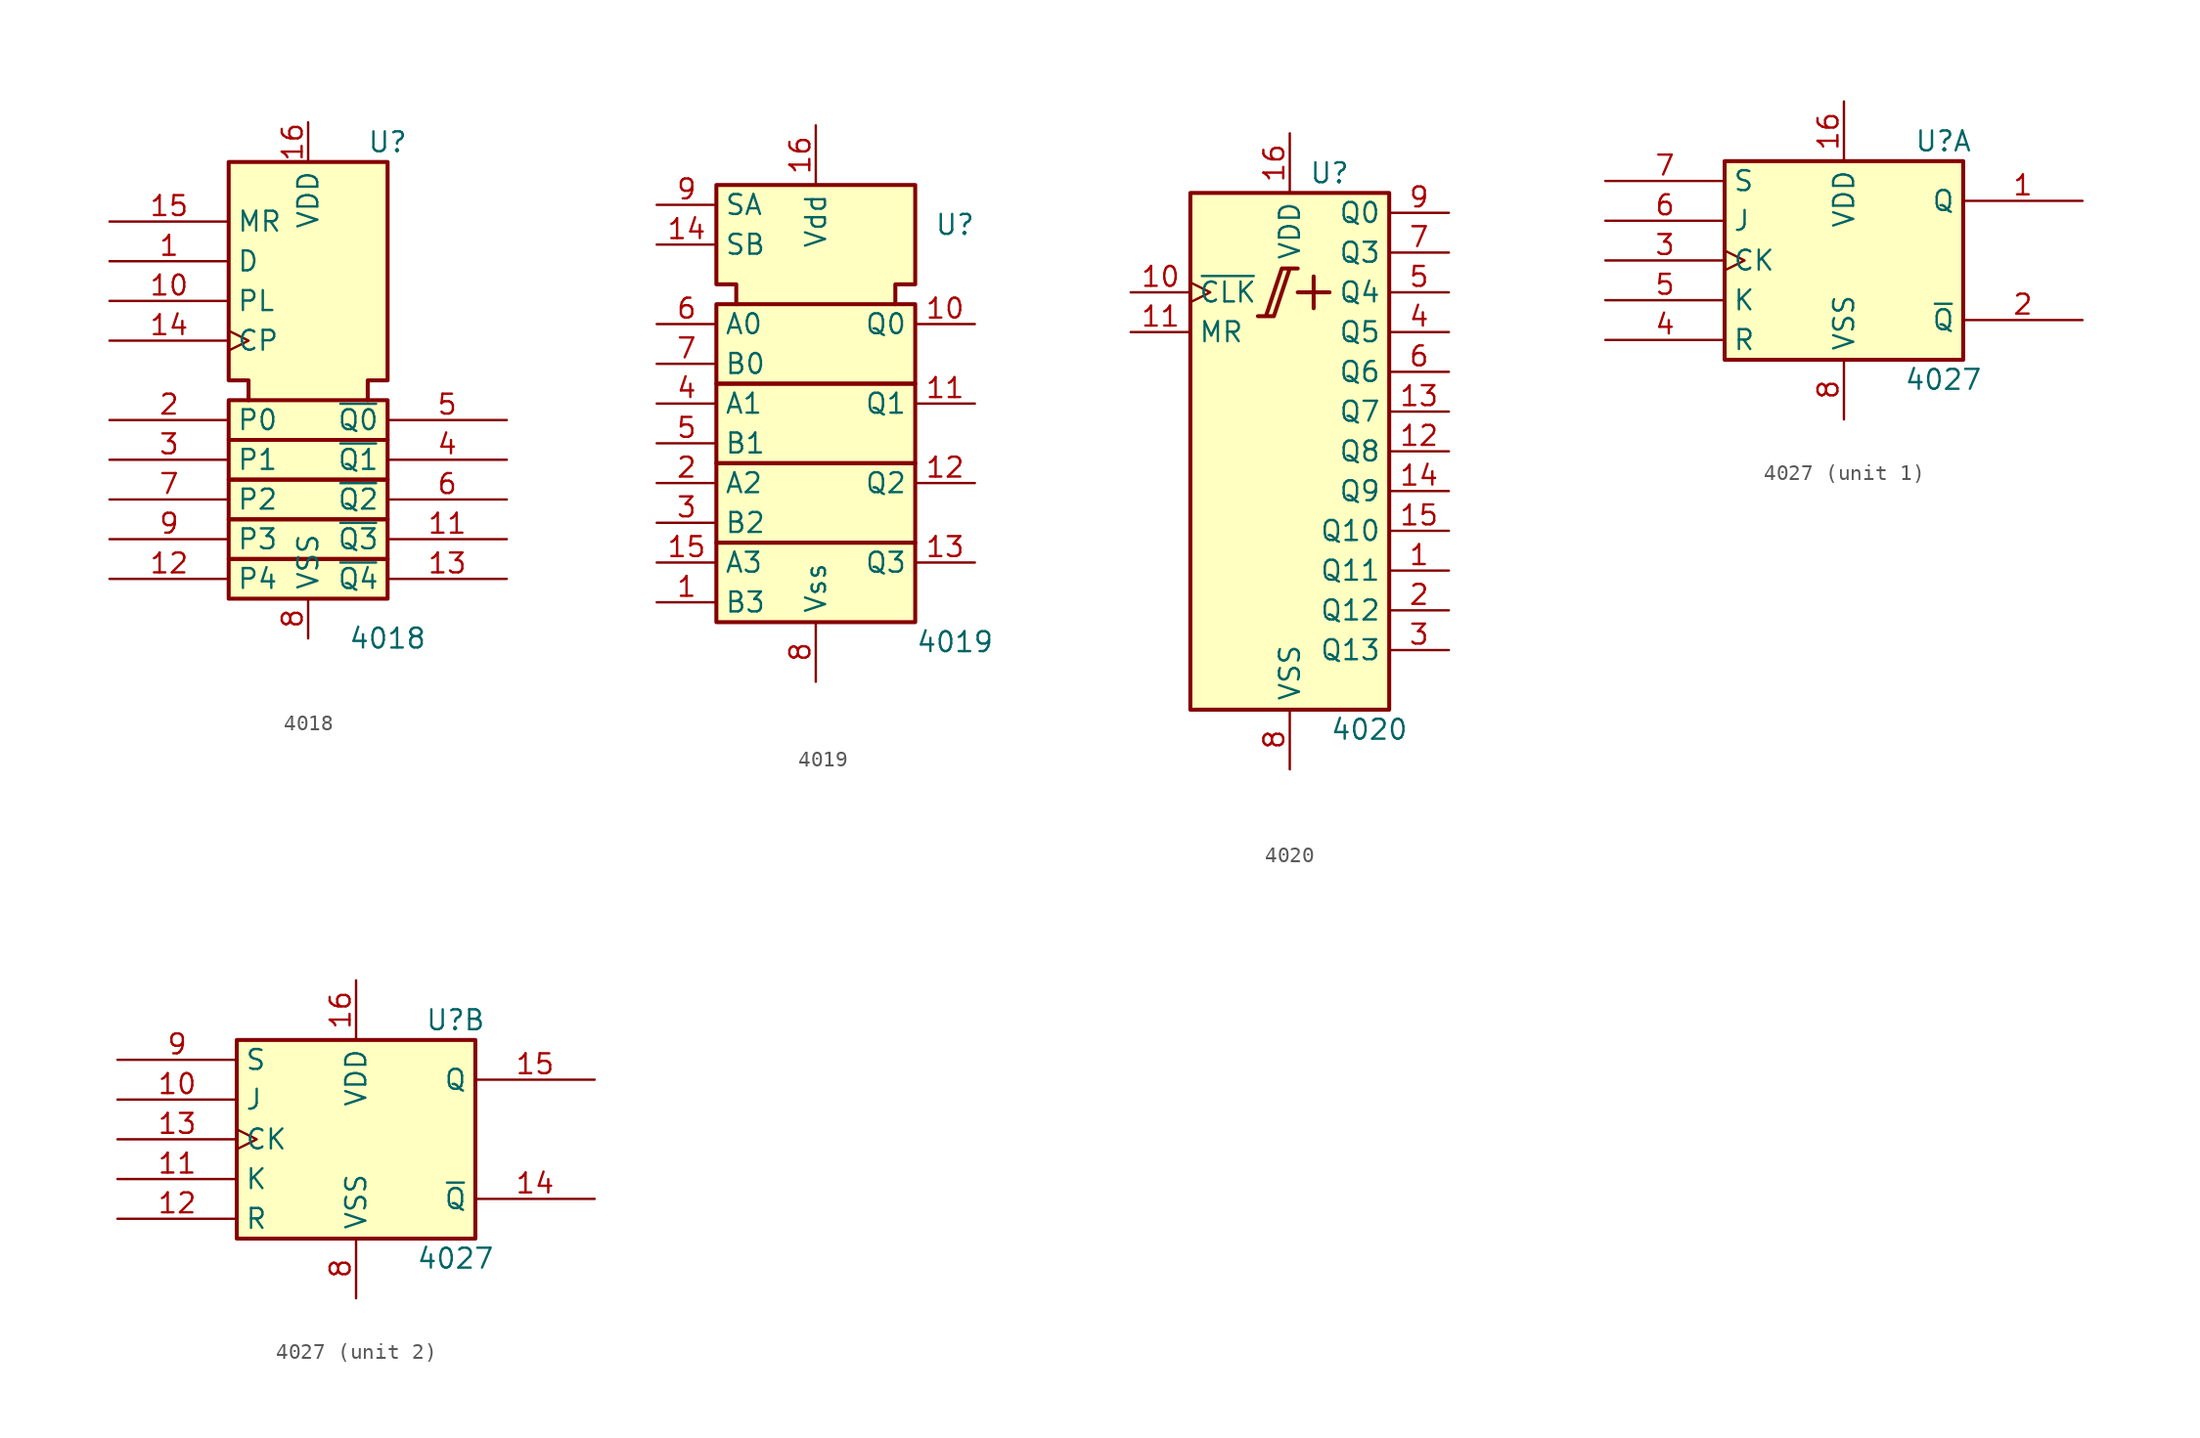
<source format=kicad_sym>
(kicad_symbol_lib
  (version 20220914)
  (generator kicad_symbol_editor)
  (symbol "4018"
    (property "Reference" "U"
      (at 5.08 15.24 0)
      (effects (font (size 1.27 1.27))))
    (property "Value" "4018"
      (at 5.08 -16.51 0)
      (effects (font (size 1.27 1.27))))
    (symbol "4018_0_1"
      (rectangle (start -5.08 -11.43) (end 5.08 -13.97) (stroke (width 0.254) (type default)) (fill (type background)))
      (rectangle (start -5.08 -8.89) (end 5.08 -11.43) (stroke (width 0.254) (type default)) (fill (type background)))
      (rectangle (start -5.08 -6.35) (end 5.08 -8.89) (stroke (width 0.254) (type default)) (fill (type background)))
      (rectangle (start -5.08 -3.81) (end 5.08 -6.35) (stroke (width 0.254) (type default)) (fill (type background)))
      (rectangle (start -5.08 -1.27) (end 5.08 -3.81) (stroke (width 0.254) (type default)) (fill (type background)))
      (polyline (pts (xy -3.81 -1.27) (xy -3.81 0) (xy -5.08 0) (xy -5.08 13.97) (xy 5.08 13.97) (xy 5.08 0) (xy 3.81 0) (xy 3.81 -1.27) (xy 3.81 -1.27)) (stroke (width 0.254) (type default)) (fill (type background))))
    (symbol "4018_1_1"
      (pin input line (at -12.7 7.62 0) (length 7.62) (name "D" (effects (font (size 1.27 1.27)))) (number "1" (effects (font (size 1.27 1.27)))))
      (pin input line (at -12.7 5.08 0) (length 7.62) (name "PL" (effects (font (size 1.27 1.27)))) (number "10" (effects (font (size 1.27 1.27)))))
      (pin output line (at 12.7 -10.16 180) (length 7.62) (name "~{Q3}" (effects (font (size 1.27 1.27)))) (number "11" (effects (font (size 1.27 1.27)))))
      (pin input line (at -12.7 -12.7 0) (length 7.62) (name "P4" (effects (font (size 1.27 1.27)))) (number "12" (effects (font (size 1.27 1.27)))))
      (pin output line (at 12.7 -12.7 180) (length 7.62) (name "~{Q4}" (effects (font (size 1.27 1.27)))) (number "13" (effects (font (size 1.27 1.27)))))
      (pin input clock (at -12.7 2.54 0) (length 7.62) (name "CP" (effects (font (size 1.27 1.27)))) (number "14" (effects (font (size 1.27 1.27)))))
      (pin input line (at -12.7 10.16 0) (length 7.62) (name "MR" (effects (font (size 1.27 1.27)))) (number "15" (effects (font (size 1.27 1.27)))))
      (pin power_in line (at 0 16.51 270) (length 2.54) (name "VDD" (effects (font (size 1.27 1.27)))) (number "16" (effects (font (size 1.27 1.27)))))
      (pin input line (at -12.7 -2.54 0) (length 7.62) (name "P0" (effects (font (size 1.27 1.27)))) (number "2" (effects (font (size 1.27 1.27)))))
      (pin input line (at -12.7 -5.08 0) (length 7.62) (name "P1" (effects (font (size 1.27 1.27)))) (number "3" (effects (font (size 1.27 1.27)))))
      (pin output line (at 12.7 -5.08 180) (length 7.62) (name "~{Q1}" (effects (font (size 1.27 1.27)))) (number "4" (effects (font (size 1.27 1.27)))))
      (pin output line (at 12.7 -2.54 180) (length 7.62) (name "~{Q0}" (effects (font (size 1.27 1.27)))) (number "5" (effects (font (size 1.27 1.27)))))
      (pin output line (at 12.7 -7.62 180) (length 7.62) (name "~{Q2}" (effects (font (size 1.27 1.27)))) (number "6" (effects (font (size 1.27 1.27)))))
      (pin input line (at -12.7 -7.62 0) (length 7.62) (name "P2" (effects (font (size 1.27 1.27)))) (number "7" (effects (font (size 1.27 1.27)))))
      (pin power_in line (at 0 -16.51 90) (length 2.54) (name "VSS" (effects (font (size 1.27 1.27)))) (number "8" (effects (font (size 1.27 1.27)))))
      (pin input line (at -12.7 -10.16 0) (length 7.62) (name "P3" (effects (font (size 1.27 1.27)))) (number "9" (effects (font (size 1.27 1.27)))))))
  (symbol "4019"
    (property "Reference" "U"
      (at 8.89 11.43 0)
      (effects (font (size 1.27 1.27))))
    (property "Value" "4019"
      (at 8.89 -15.24 0)
      (effects (font (size 1.27 1.27))))
    (symbol "4019_0_1"
      (rectangle (start -6.35 -8.89) (end 6.35 -13.97) (stroke (width 0.254) (type default)) (fill (type background)))
      (rectangle (start -6.35 -3.81) (end 6.35 -8.89) (stroke (width 0.254) (type default)) (fill (type background)))
      (rectangle (start -6.35 1.27) (end 6.35 -3.81) (stroke (width 0.254) (type default)) (fill (type background)))
      (rectangle (start -6.35 1.27) (end 6.35 6.35) (stroke (width 0.254) (type default)) (fill (type background)))
      (polyline (pts (xy -5.08 6.35) (xy -5.08 7.62) (xy -6.35 7.62) (xy -6.35 13.97) (xy 6.35 13.97) (xy 6.35 7.62) (xy 5.08 7.62) (xy 5.08 6.35) (xy 5.08 6.35)) (stroke (width 0.254) (type default)) (fill (type background)))
      (pin power_in line (at 0 17.78 270) (length 3.81) (name "Vdd" (effects (font (size 1.27 1.27)))) (number "16" (effects (font (size 1.27 1.27)))))
      (pin power_in line (at 0 -17.78 90) (length 3.81) (name "Vss" (effects (font (size 1.27 1.27)))) (number "8" (effects (font (size 1.27 1.27))))))
    (symbol "4019_1_1"
      (pin input line (at -10.16 -12.7 0) (length 3.81) (name "B3" (effects (font (size 1.27 1.27)))) (number "1" (effects (font (size 1.27 1.27)))))
      (pin output line (at 10.16 5.08 180) (length 3.81) (name "Q0" (effects (font (size 1.27 1.27)))) (number "10" (effects (font (size 1.27 1.27)))))
      (pin output line (at 10.16 0 180) (length 3.81) (name "Q1" (effects (font (size 1.27 1.27)))) (number "11" (effects (font (size 1.27 1.27)))))
      (pin output line (at 10.16 -5.08 180) (length 3.81) (name "Q2" (effects (font (size 1.27 1.27)))) (number "12" (effects (font (size 1.27 1.27)))))
      (pin output line (at 10.16 -10.16 180) (length 3.81) (name "Q3" (effects (font (size 1.27 1.27)))) (number "13" (effects (font (size 1.27 1.27)))))
      (pin input line (at -10.16 10.16 0) (length 3.81) (name "SB" (effects (font (size 1.27 1.27)))) (number "14" (effects (font (size 1.27 1.27)))))
      (pin input line (at -10.16 -10.16 0) (length 3.81) (name "A3" (effects (font (size 1.27 1.27)))) (number "15" (effects (font (size 1.27 1.27)))))
      (pin input line (at -10.16 -5.08 0) (length 3.81) (name "A2" (effects (font (size 1.27 1.27)))) (number "2" (effects (font (size 1.27 1.27)))))
      (pin input line (at -10.16 -7.62 0) (length 3.81) (name "B2" (effects (font (size 1.27 1.27)))) (number "3" (effects (font (size 1.27 1.27)))))
      (pin input line (at -10.16 0 0) (length 3.81) (name "A1" (effects (font (size 1.27 1.27)))) (number "4" (effects (font (size 1.27 1.27)))))
      (pin input line (at -10.16 -2.54 0) (length 3.81) (name "B1" (effects (font (size 1.27 1.27)))) (number "5" (effects (font (size 1.27 1.27)))))
      (pin input line (at -10.16 5.08 0) (length 3.81) (name "A0" (effects (font (size 1.27 1.27)))) (number "6" (effects (font (size 1.27 1.27)))))
      (pin input line (at -10.16 2.54 0) (length 3.81) (name "B0" (effects (font (size 1.27 1.27)))) (number "7" (effects (font (size 1.27 1.27)))))
      (pin input line (at -10.16 12.7 0) (length 3.81) (name "SA" (effects (font (size 1.27 1.27)))) (number "9" (effects (font (size 1.27 1.27)))))))
  (symbol "4020"
    (property "Reference" "U"
      (at 2.54 17.78 0)
      (effects (font (size 1.27 1.27))))
    (property "Value" "4020"
      (at 5.08 -17.78 0)
      (effects (font (size 1.27 1.27))))
    (symbol "4020_0_0"
      (rectangle (start -6.35 16.51) (end 6.35 -16.51) (stroke (width 0.254) (type default)) (fill (type background)))
      (polyline (pts (xy 0.508 10.16) (xy 2.54 10.16) (xy 2.54 10.16)) (stroke (width 0.254) (type default)) (fill (type background)))
      (polyline (pts (xy 1.524 11.176) (xy 1.524 9.144) (xy 1.524 9.144)) (stroke (width 0.254) (type default)) (fill (type background)))
      (polyline (pts (xy -2.032 8.636) (xy -1.016 8.636) (xy 0 11.684) (xy 0.508 11.684) (xy -0.508 11.684) (xy -1.524 8.636) (xy -1.524 8.636)) (stroke (width 0.254) (type default)) (fill (type background)))
      (pin power_in line (at 0 20.32 270) (length 3.81) (name "VDD" (effects (font (size 1.27 1.27)))) (number "16" (effects (font (size 1.27 1.27)))))
      (pin power_in line (at 0 -20.32 90) (length 3.81) (name "VSS" (effects (font (size 1.27 1.27)))) (number "8" (effects (font (size 1.27 1.27))))))
    (symbol "4020_1_1"
      (pin output line (at 10.16 -7.62 180) (length 3.81) (name "Q11" (effects (font (size 1.27 1.27)))) (number "1" (effects (font (size 1.27 1.27)))))
      (pin input clock (at -10.16 10.16 0) (length 3.81) (name "~{CLK}" (effects (font (size 1.27 1.27)))) (number "10" (effects (font (size 1.27 1.27)))))
      (pin input line (at -10.16 7.62 0) (length 3.81) (name "MR" (effects (font (size 1.27 1.27)))) (number "11" (effects (font (size 1.27 1.27)))))
      (pin output line (at 10.16 0 180) (length 3.81) (name "Q8" (effects (font (size 1.27 1.27)))) (number "12" (effects (font (size 1.27 1.27)))))
      (pin output line (at 10.16 2.54 180) (length 3.81) (name "Q7" (effects (font (size 1.27 1.27)))) (number "13" (effects (font (size 1.27 1.27)))))
      (pin output line (at 10.16 -2.54 180) (length 3.81) (name "Q9" (effects (font (size 1.27 1.27)))) (number "14" (effects (font (size 1.27 1.27)))))
      (pin output line (at 10.16 -5.08 180) (length 3.81) (name "Q10" (effects (font (size 1.27 1.27)))) (number "15" (effects (font (size 1.27 1.27)))))
      (pin output line (at 10.16 -10.16 180) (length 3.81) (name "Q12" (effects (font (size 1.27 1.27)))) (number "2" (effects (font (size 1.27 1.27)))))
      (pin output line (at 10.16 -12.7 180) (length 3.81) (name "Q13" (effects (font (size 1.27 1.27)))) (number "3" (effects (font (size 1.27 1.27)))))
      (pin output line (at 10.16 7.62 180) (length 3.81) (name "Q5" (effects (font (size 1.27 1.27)))) (number "4" (effects (font (size 1.27 1.27)))))
      (pin output line (at 10.16 10.16 180) (length 3.81) (name "Q4" (effects (font (size 1.27 1.27)))) (number "5" (effects (font (size 1.27 1.27)))))
      (pin output line (at 10.16 5.08 180) (length 3.81) (name "Q6" (effects (font (size 1.27 1.27)))) (number "6" (effects (font (size 1.27 1.27)))))
      (pin output line (at 10.16 12.7 180) (length 3.81) (name "Q3" (effects (font (size 1.27 1.27)))) (number "7" (effects (font (size 1.27 1.27)))))
      (pin output line (at 10.16 15.24 180) (length 3.81) (name "Q0" (effects (font (size 1.27 1.27)))) (number "9" (effects (font (size 1.27 1.27)))))))
  (symbol "4027"
    (property "Reference" "U"
      (at 6.35 7.62 0)
      (effects (font (size 1.27 1.27))))
    (property "Value" "4027"
      (at 6.35 -7.62 0)
      (effects (font (size 1.27 1.27))))
    (symbol "4027_0_0"
      (pin power_in line (at 0 10.16 270) (length 3.81) (name "VDD" (effects (font (size 1.27 1.27)))) (number "16" (effects (font (size 1.27 1.27)))))
      (pin power_in line (at 0 -10.16 90) (length 3.81) (name "VSS" (effects (font (size 1.27 1.27)))) (number "8" (effects (font (size 1.27 1.27))))))
    (symbol "4027_0_1"
      (rectangle (start -7.62 6.35) (end 7.62 -6.35) (stroke (width 0.254) (type default)) (fill (type background))))
    (symbol "4027_1_1"
      (pin output line (at 15.24 3.81 180) (length 7.62) (name "Q" (effects (font (size 1.27 1.27)))) (number "1" (effects (font (size 1.27 1.27)))))
      (pin output line (at 15.24 -3.81 180) (length 7.62) (name "~{Q}" (effects (font (size 1.27 1.27)))) (number "2" (effects (font (size 1.27 1.27)))))
      (pin input clock (at -15.24 0 0) (length 7.62) (name "CK" (effects (font (size 1.27 1.27)))) (number "3" (effects (font (size 1.27 1.27)))))
      (pin input line (at -15.24 -5.08 0) (length 7.62) (name "R" (effects (font (size 1.27 1.27)))) (number "4" (effects (font (size 1.27 1.27)))))
      (pin input line (at -15.24 -2.54 0) (length 7.62) (name "K" (effects (font (size 1.27 1.27)))) (number "5" (effects (font (size 1.27 1.27)))))
      (pin input line (at -15.24 2.54 0) (length 7.62) (name "J" (effects (font (size 1.27 1.27)))) (number "6" (effects (font (size 1.27 1.27)))))
      (pin input line (at -15.24 5.08 0) (length 7.62) (name "S" (effects (font (size 1.27 1.27)))) (number "7" (effects (font (size 1.27 1.27))))))
    (symbol "4027_2_1"
      (pin input line (at -15.24 2.54 0) (length 7.62) (name "J" (effects (font (size 1.27 1.27)))) (number "10" (effects (font (size 1.27 1.27)))))
      (pin input line (at -15.24 -2.54 0) (length 7.62) (name "K" (effects (font (size 1.27 1.27)))) (number "11" (effects (font (size 1.27 1.27)))))
      (pin input line (at -15.24 -5.08 0) (length 7.62) (name "R" (effects (font (size 1.27 1.27)))) (number "12" (effects (font (size 1.27 1.27)))))
      (pin input clock (at -15.24 0 0) (length 7.62) (name "CK" (effects (font (size 1.27 1.27)))) (number "13" (effects (font (size 1.27 1.27)))))
      (pin output line (at 15.24 -3.81 180) (length 7.62) (name "~{Q}" (effects (font (size 1.27 1.27)))) (number "14" (effects (font (size 1.27 1.27)))))
      (pin output line (at 15.24 3.81 180) (length 7.62) (name "Q" (effects (font (size 1.27 1.27)))) (number "15" (effects (font (size 1.27 1.27)))))
      (pin input line (at -15.24 5.08 0) (length 7.62) (name "S" (effects (font (size 1.27 1.27)))) (number "9" (effects (font (size 1.27 1.27))))))))
</source>
